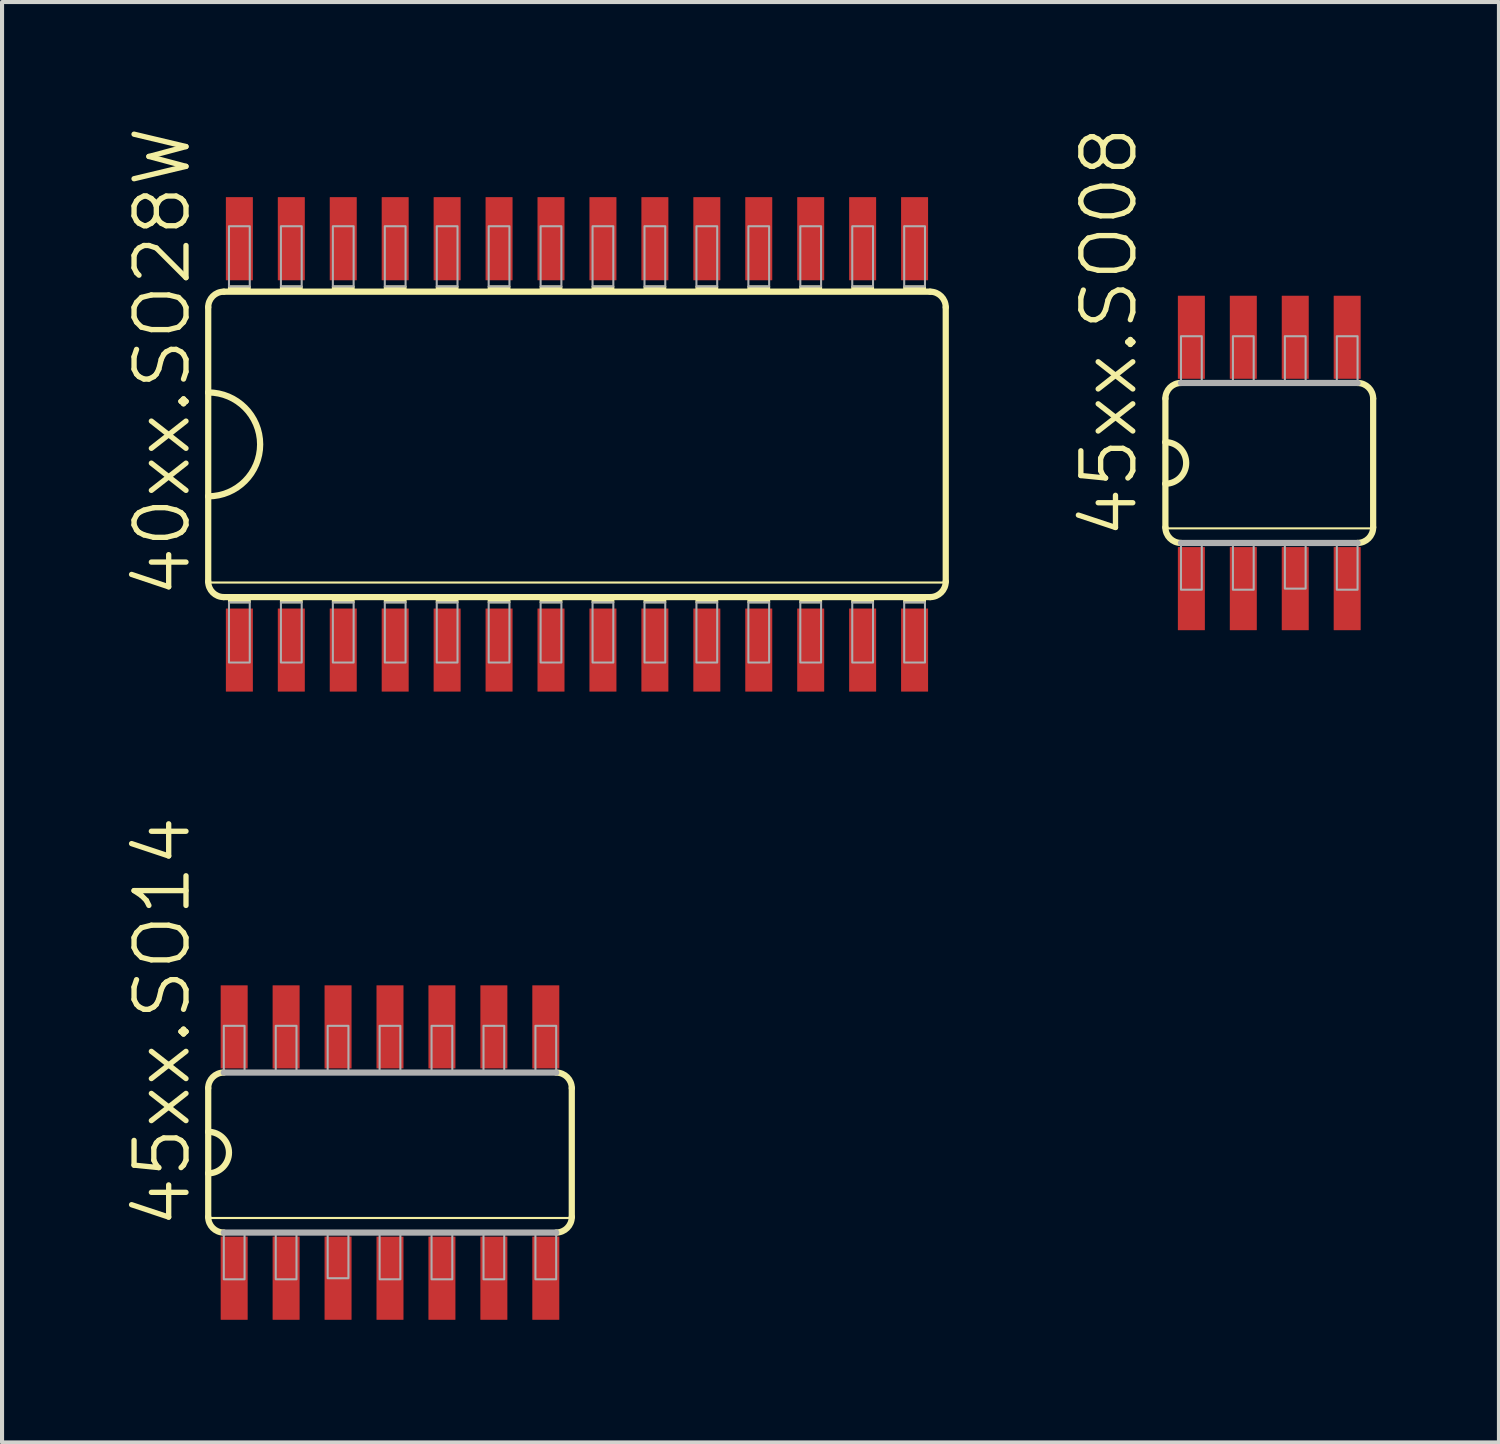
<source format=kicad_pcb>
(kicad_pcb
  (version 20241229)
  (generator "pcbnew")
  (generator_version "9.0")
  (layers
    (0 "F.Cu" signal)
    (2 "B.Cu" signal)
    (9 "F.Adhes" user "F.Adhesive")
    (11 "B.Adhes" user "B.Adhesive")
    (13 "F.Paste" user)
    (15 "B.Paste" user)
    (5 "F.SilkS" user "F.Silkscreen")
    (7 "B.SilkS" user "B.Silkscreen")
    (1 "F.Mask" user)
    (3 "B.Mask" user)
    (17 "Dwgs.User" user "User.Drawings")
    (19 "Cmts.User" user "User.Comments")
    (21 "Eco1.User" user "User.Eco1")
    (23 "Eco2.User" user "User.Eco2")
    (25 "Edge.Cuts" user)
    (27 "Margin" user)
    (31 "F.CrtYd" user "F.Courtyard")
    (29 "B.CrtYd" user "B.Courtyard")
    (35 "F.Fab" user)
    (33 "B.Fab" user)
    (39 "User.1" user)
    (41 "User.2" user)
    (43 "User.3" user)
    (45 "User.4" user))
  (footprint "40xx.SO28W"
    (layer "F.Cu")
    (at 11.058 7.816)
    (property "Reference" "40xx.SO28W" (at -9.398 3.81 90) (layer "F.SilkS") (effects (font (size 1.27 1.27) (thickness 0.13)) (justify left bottom)))
    (attr smd)
    (fp_line (start -9.017 -3.353) (end -9.017 -1.27) (stroke (width 0.152) (type default)) (layer "F.SilkS"))
    (fp_line (start -9.017 -1.27) (end -9.017 1.27) (stroke (width 0.152) (type default)) (layer "F.SilkS"))
    (fp_line (start -9.017 1.27) (end -9.017 3.353) (stroke (width 0.152) (type default)) (layer "F.SilkS"))
    (fp_line (start -9.017 3.378) (end 9.017 3.378) (stroke (width 0.051) (type default)) (layer "F.SilkS"))
    (fp_line (start -8.636 3.734) (end 8.636 3.734) (stroke (width 0.152) (type default)) (layer "F.SilkS"))
    (fp_line (start 8.636 -3.734) (end -8.636 -3.734) (stroke (width 0.152) (type default)) (layer "F.SilkS"))
    (fp_line (start 9.017 3.353) (end 9.017 -3.353) (stroke (width 0.152) (type default)) (layer "F.SilkS"))
    (fp_rect (start -8.509 -3.734) (end -8.001 -3.861) (stroke (width 0.05) (type default)) (fill yes) (layer "F.SilkS"))
    (fp_rect (start -8.509 3.861) (end -8.001 3.734) (stroke (width 0.05) (type default)) (fill yes) (layer "F.SilkS"))
    (fp_rect (start -7.239 -3.734) (end -6.731 -3.861) (stroke (width 0.05) (type default)) (fill yes) (layer "F.SilkS"))
    (fp_rect (start -7.239 3.861) (end -6.731 3.734) (stroke (width 0.05) (type default)) (fill yes) (layer "F.SilkS"))
    (fp_rect (start -5.969 -3.734) (end -5.461 -3.861) (stroke (width 0.05) (type default)) (fill yes) (layer "F.SilkS"))
    (fp_rect (start -5.969 3.861) (end -5.461 3.734) (stroke (width 0.05) (type default)) (fill yes) (layer "F.SilkS"))
    (fp_rect (start -4.699 -3.734) (end -4.191 -3.861) (stroke (width 0.05) (type default)) (fill yes) (layer "F.SilkS"))
    (fp_rect (start -4.699 3.861) (end -4.191 3.734) (stroke (width 0.05) (type default)) (fill yes) (layer "F.SilkS"))
    (fp_rect (start -3.429 -3.734) (end -2.921 -3.861) (stroke (width 0.05) (type default)) (fill yes) (layer "F.SilkS"))
    (fp_rect (start -3.429 3.861) (end -2.921 3.734) (stroke (width 0.05) (type default)) (fill yes) (layer "F.SilkS"))
    (fp_rect (start -2.159 -3.734) (end -1.651 -3.861) (stroke (width 0.05) (type default)) (fill yes) (layer "F.SilkS"))
    (fp_rect (start -2.159 3.861) (end -1.651 3.734) (stroke (width 0.05) (type default)) (fill yes) (layer "F.SilkS"))
    (fp_rect (start -0.889 -3.734) (end -0.381 -3.861) (stroke (width 0.05) (type default)) (fill yes) (layer "F.SilkS"))
    (fp_rect (start -0.889 3.861) (end -0.381 3.734) (stroke (width 0.05) (type default)) (fill yes) (layer "F.SilkS"))
    (fp_rect (start 0.381 -3.734) (end 0.889 -3.861) (stroke (width 0.05) (type default)) (fill yes) (layer "F.SilkS"))
    (fp_rect (start 0.381 3.861) (end 0.889 3.734) (stroke (width 0.05) (type default)) (fill yes) (layer "F.SilkS"))
    (fp_rect (start 1.651 -3.734) (end 2.159 -3.861) (stroke (width 0.05) (type default)) (fill yes) (layer "F.SilkS"))
    (fp_rect (start 1.651 3.861) (end 2.159 3.734) (stroke (width 0.05) (type default)) (fill yes) (layer "F.SilkS"))
    (fp_rect (start 2.921 -3.734) (end 3.429 -3.861) (stroke (width 0.05) (type default)) (fill yes) (layer "F.SilkS"))
    (fp_rect (start 2.921 3.861) (end 3.429 3.734) (stroke (width 0.05) (type default)) (fill yes) (layer "F.SilkS"))
    (fp_rect (start 4.191 -3.734) (end 4.699 -3.861) (stroke (width 0.05) (type default)) (fill yes) (layer "F.SilkS"))
    (fp_rect (start 4.191 3.861) (end 4.699 3.734) (stroke (width 0.05) (type default)) (fill yes) (layer "F.SilkS"))
    (fp_rect (start 5.461 -3.734) (end 5.969 -3.861) (stroke (width 0.05) (type default)) (fill yes) (layer "F.SilkS"))
    (fp_rect (start 5.461 3.861) (end 5.969 3.734) (stroke (width 0.05) (type default)) (fill yes) (layer "F.SilkS"))
    (fp_rect (start 6.731 -3.734) (end 7.239 -3.861) (stroke (width 0.05) (type default)) (fill yes) (layer "F.SilkS"))
    (fp_rect (start 6.731 3.861) (end 7.239 3.734) (stroke (width 0.05) (type default)) (fill yes) (layer "F.SilkS"))
    (fp_rect (start 8.001 -3.734) (end 8.509 -3.861) (stroke (width 0.05) (type default)) (fill yes) (layer "F.SilkS"))
    (fp_rect (start 8.001 3.861) (end 8.509 3.734) (stroke (width 0.05) (type default)) (fill yes) (layer "F.SilkS"))
    (fp_arc (start -9.017 -3.3528) (mid -8.905408 -3.622208) (end -8.636 -3.7338) (stroke (width 0.1524) (type default)) (layer "F.SilkS"))
    (fp_arc (start -9.017 -1.27) (mid -7.747 0) (end -9.017 1.27) (stroke (width 0.1524) (type default)) (layer "F.SilkS"))
    (fp_arc (start -8.636 3.7338) (mid -8.905408 3.622208) (end -9.017 3.3528) (stroke (width 0.1524) (type default)) (layer "F.SilkS"))
    (fp_arc (start 8.636 -3.7338) (mid 8.905408 -3.622208) (end 9.017 -3.3528) (stroke (width 0.1524) (type default)) (layer "F.SilkS"))
    (fp_arc (start 9.017 3.3528) (mid 8.905408 3.622208) (end 8.636 3.7338) (stroke (width 0.1524) (type default)) (layer "F.SilkS"))
    (fp_rect (start -8.509 -3.861) (end -8.001 -5.334) (stroke (width 0.05) (type default)) (fill no) (layer "F.Fab"))
    (fp_rect (start -8.509 5.334) (end -8.001 3.861) (stroke (width 0.05) (type default)) (fill no) (layer "F.Fab"))
    (fp_rect (start -7.239 -3.861) (end -6.731 -5.334) (stroke (width 0.05) (type default)) (fill no) (layer "F.Fab"))
    (fp_rect (start -7.239 5.334) (end -6.731 3.861) (stroke (width 0.05) (type default)) (fill no) (layer "F.Fab"))
    (fp_rect (start -5.969 -3.861) (end -5.461 -5.334) (stroke (width 0.05) (type default)) (fill no) (layer "F.Fab"))
    (fp_rect (start -5.969 5.334) (end -5.461 3.861) (stroke (width 0.05) (type default)) (fill no) (layer "F.Fab"))
    (fp_rect (start -4.699 -3.861) (end -4.191 -5.334) (stroke (width 0.05) (type default)) (fill no) (layer "F.Fab"))
    (fp_rect (start -4.699 5.334) (end -4.191 3.861) (stroke (width 0.05) (type default)) (fill no) (layer "F.Fab"))
    (fp_rect (start -3.429 -3.861) (end -2.921 -5.334) (stroke (width 0.05) (type default)) (fill no) (layer "F.Fab"))
    (fp_rect (start -3.429 5.334) (end -2.921 3.861) (stroke (width 0.05) (type default)) (fill no) (layer "F.Fab"))
    (fp_rect (start -2.159 -3.861) (end -1.651 -5.334) (stroke (width 0.05) (type default)) (fill no) (layer "F.Fab"))
    (fp_rect (start -2.159 5.334) (end -1.651 3.861) (stroke (width 0.05) (type default)) (fill no) (layer "F.Fab"))
    (fp_rect (start -0.889 -3.861) (end -0.381 -5.334) (stroke (width 0.05) (type default)) (fill no) (layer "F.Fab"))
    (fp_rect (start -0.889 5.334) (end -0.381 3.861) (stroke (width 0.05) (type default)) (fill no) (layer "F.Fab"))
    (fp_rect (start 0.381 -3.861) (end 0.889 -5.334) (stroke (width 0.05) (type default)) (fill no) (layer "F.Fab"))
    (fp_rect (start 0.381 5.334) (end 0.889 3.861) (stroke (width 0.05) (type default)) (fill no) (layer "F.Fab"))
    (fp_rect (start 1.651 -3.861) (end 2.159 -5.334) (stroke (width 0.05) (type default)) (fill no) (layer "F.Fab"))
    (fp_rect (start 1.651 5.334) (end 2.159 3.861) (stroke (width 0.05) (type default)) (fill no) (layer "F.Fab"))
    (fp_rect (start 2.921 -3.861) (end 3.429 -5.334) (stroke (width 0.05) (type default)) (fill no) (layer "F.Fab"))
    (fp_rect (start 2.921 5.334) (end 3.429 3.861) (stroke (width 0.05) (type default)) (fill no) (layer "F.Fab"))
    (fp_rect (start 4.191 -3.861) (end 4.699 -5.334) (stroke (width 0.05) (type default)) (fill no) (layer "F.Fab"))
    (fp_rect (start 4.191 5.334) (end 4.699 3.861) (stroke (width 0.05) (type default)) (fill no) (layer "F.Fab"))
    (fp_rect (start 5.461 -3.861) (end 5.969 -5.334) (stroke (width 0.05) (type default)) (fill no) (layer "F.Fab"))
    (fp_rect (start 5.461 5.334) (end 5.969 3.861) (stroke (width 0.05) (type default)) (fill no) (layer "F.Fab"))
    (fp_rect (start 6.731 -3.861) (end 7.239 -5.334) (stroke (width 0.05) (type default)) (fill no) (layer "F.Fab"))
    (fp_rect (start 6.731 5.334) (end 7.239 3.861) (stroke (width 0.05) (type default)) (fill no) (layer "F.Fab"))
    (fp_rect (start 8.001 -3.861) (end 8.509 -5.334) (stroke (width 0.05) (type default)) (fill no) (layer "F.Fab"))
    (fp_rect (start 8.001 5.334) (end 8.509 3.861) (stroke (width 0.05) (type default)) (fill no) (layer "F.Fab"))
    (pad "1" smd roundrect (at -8.255 5.029) (size 0.66 2.032) (layers "F.Cu" "F.Mask" "F.Paste") (roundrect_rratio 0.01))
    (pad "2" smd roundrect (at -6.985 5.029) (size 0.66 2.032) (layers "F.Cu" "F.Mask" "F.Paste") (roundrect_rratio 0.01))
    (pad "3" smd roundrect (at -5.715 5.029) (size 0.66 2.032) (layers "F.Cu" "F.Mask" "F.Paste") (roundrect_rratio 0.01))
    (pad "4" smd roundrect (at -4.445 5.029) (size 0.66 2.032) (layers "F.Cu" "F.Mask" "F.Paste") (roundrect_rratio 0.01))
    (pad "5" smd roundrect (at -3.175 5.029) (size 0.66 2.032) (layers "F.Cu" "F.Mask" "F.Paste") (roundrect_rratio 0.01))
    (pad "6" smd roundrect (at -1.905 5.029) (size 0.66 2.032) (layers "F.Cu" "F.Mask" "F.Paste") (roundrect_rratio 0.01))
    (pad "7" smd roundrect (at -0.635 5.029) (size 0.66 2.032) (layers "F.Cu" "F.Mask" "F.Paste") (roundrect_rratio 0.01))
    (pad "8" smd roundrect (at 0.635 5.029) (size 0.66 2.032) (layers "F.Cu" "F.Mask" "F.Paste") (roundrect_rratio 0.01))
    (pad "9" smd roundrect (at 1.905 5.029) (size 0.66 2.032) (layers "F.Cu" "F.Mask" "F.Paste") (roundrect_rratio 0.01))
    (pad "10" smd roundrect (at 3.175 5.029) (size 0.66 2.032) (layers "F.Cu" "F.Mask" "F.Paste") (roundrect_rratio 0.01))
    (pad "11" smd roundrect (at 4.445 5.029) (size 0.66 2.032) (layers "F.Cu" "F.Mask" "F.Paste") (roundrect_rratio 0.01))
    (pad "12" smd roundrect (at 5.715 5.029) (size 0.66 2.032) (layers "F.Cu" "F.Mask" "F.Paste") (roundrect_rratio 0.01))
    (pad "13" smd roundrect (at 6.985 5.029) (size 0.66 2.032) (layers "F.Cu" "F.Mask" "F.Paste") (roundrect_rratio 0.01))
    (pad "14" smd roundrect (at 8.255 5.029) (size 0.66 2.032) (layers "F.Cu" "F.Mask" "F.Paste") (roundrect_rratio 0.01))
    (pad "15" smd roundrect (at 8.255 -5.029) (size 0.66 2.032) (layers "F.Cu" "F.Mask" "F.Paste") (roundrect_rratio 0.01))
    (pad "16" smd roundrect (at 6.985 -5.029) (size 0.66 2.032) (layers "F.Cu" "F.Mask" "F.Paste") (roundrect_rratio 0.01))
    (pad "17" smd roundrect (at 5.715 -5.029) (size 0.66 2.032) (layers "F.Cu" "F.Mask" "F.Paste") (roundrect_rratio 0.01))
    (pad "18" smd roundrect (at 4.445 -5.029) (size 0.66 2.032) (layers "F.Cu" "F.Mask" "F.Paste") (roundrect_rratio 0.01))
    (pad "19" smd roundrect (at 3.175 -5.029) (size 0.66 2.032) (layers "F.Cu" "F.Mask" "F.Paste") (roundrect_rratio 0.01))
    (pad "20" smd roundrect (at 1.905 -5.029) (size 0.66 2.032) (layers "F.Cu" "F.Mask" "F.Paste") (roundrect_rratio 0.01))
    (pad "21" smd roundrect (at 0.635 -5.029) (size 0.66 2.032) (layers "F.Cu" "F.Mask" "F.Paste") (roundrect_rratio 0.01))
    (pad "22" smd roundrect (at -0.635 -5.029) (size 0.66 2.032) (layers "F.Cu" "F.Mask" "F.Paste") (roundrect_rratio 0.01))
    (pad "23" smd roundrect (at -1.905 -5.029) (size 0.66 2.032) (layers "F.Cu" "F.Mask" "F.Paste") (roundrect_rratio 0.01))
    (pad "24" smd roundrect (at -3.175 -5.029) (size 0.66 2.032) (layers "F.Cu" "F.Mask" "F.Paste") (roundrect_rratio 0.01))
    (pad "25" smd roundrect (at -4.445 -5.029) (size 0.66 2.032) (layers "F.Cu" "F.Mask" "F.Paste") (roundrect_rratio 0.01))
    (pad "26" smd roundrect (at -5.715 -5.029) (size 0.66 2.032) (layers "F.Cu" "F.Mask" "F.Paste") (roundrect_rratio 0.01))
    (pad "27" smd roundrect (at -6.985 -5.029) (size 0.66 2.032) (layers "F.Cu" "F.Mask" "F.Paste") (roundrect_rratio 0.01))
    (pad "28" smd roundrect (at -8.255 -5.029) (size 0.66 2.032) (layers "F.Cu" "F.Mask" "F.Paste") (roundrect_rratio 0.01)))
  (footprint "45xx.SO08"
    (layer "F.Cu")
    (at 27.986 8.27)
    (property "Reference" "45xx.SO08" (at -3.175 1.905 90) (layer "F.SilkS") (effects (font (size 1.27 1.27) (thickness 0.13)) (justify left bottom)))
    (attr smd)
    (fp_line (start -2.54 -1.575) (end -2.54 -0.508) (stroke (width 0.152) (type default)) (layer "F.SilkS"))
    (fp_line (start -2.54 -0.508) (end -2.54 0.508) (stroke (width 0.152) (type default)) (layer "F.SilkS"))
    (fp_line (start -2.54 0.508) (end -2.54 1.575) (stroke (width 0.152) (type default)) (layer "F.SilkS"))
    (fp_line (start -2.54 1.6) (end 2.54 1.6) (stroke (width 0.051) (type default)) (layer "F.SilkS"))
    (fp_line (start 2.54 1.575) (end 2.54 -1.575) (stroke (width 0.152) (type default)) (layer "F.SilkS"))
    (fp_arc (start -2.54 -1.5748) (mid -2.428408 -1.844208) (end -2.159 -1.9558) (stroke (width 0.1524) (type default)) (layer "F.SilkS"))
    (fp_arc (start -2.54 -0.508) (mid -2.032 0) (end -2.54 0.508) (stroke (width 0.1524) (type default)) (layer "F.SilkS"))
    (fp_arc (start -2.159 1.9558) (mid -2.428408 1.844208) (end -2.54 1.5748) (stroke (width 0.1524) (type default)) (layer "F.SilkS"))
    (fp_arc (start 2.159 -1.9558) (mid 2.428408 -1.844208) (end 2.54 -1.5748) (stroke (width 0.1524) (type default)) (layer "F.SilkS"))
    (fp_arc (start 2.54 1.5748) (mid 2.428408 1.844208) (end 2.159 1.9558) (stroke (width 0.1524) (type default)) (layer "F.SilkS"))
    (fp_line (start -2.159 1.956) (end 2.159 1.956) (stroke (width 0.152) (type default)) (layer "F.Fab"))
    (fp_line (start 2.159 -1.956) (end -2.159 -1.956) (stroke (width 0.152) (type default)) (layer "F.Fab"))
    (fp_rect (start -2.159 -1.956) (end -1.651 -3.099) (stroke (width 0.05) (type default)) (fill no) (layer "F.Fab"))
    (fp_rect (start -2.159 3.099) (end -1.651 1.956) (stroke (width 0.05) (type default)) (fill no) (layer "F.Fab"))
    (fp_rect (start -0.889 -1.956) (end -0.381 -3.099) (stroke (width 0.05) (type default)) (fill no) (layer "F.Fab"))
    (fp_rect (start -0.889 3.099) (end -0.381 1.956) (stroke (width 0.05) (type default)) (fill no) (layer "F.Fab"))
    (fp_rect (start 0.381 -1.956) (end 0.889 -3.099) (stroke (width 0.05) (type default)) (fill no) (layer "F.Fab"))
    (fp_rect (start 0.381 3.073) (end 0.889 1.93) (stroke (width 0.05) (type default)) (fill no) (layer "F.Fab"))
    (fp_rect (start 1.651 -1.956) (end 2.159 -3.099) (stroke (width 0.05) (type default)) (fill no) (layer "F.Fab"))
    (fp_rect (start 1.651 3.099) (end 2.159 1.956) (stroke (width 0.05) (type default)) (fill no) (layer "F.Fab"))
    (pad "1" smd roundrect (at -1.905 3.073) (size 0.66 2.032) (layers "F.Cu" "F.Mask" "F.Paste") (roundrect_rratio 0.01))
    (pad "2" smd roundrect (at -0.635 3.073) (size 0.66 2.032) (layers "F.Cu" "F.Mask" "F.Paste") (roundrect_rratio 0.01))
    (pad "3" smd roundrect (at 0.635 3.073) (size 0.66 2.032) (layers "F.Cu" "F.Mask" "F.Paste") (roundrect_rratio 0.01))
    (pad "4" smd roundrect (at 1.905 3.073) (size 0.66 2.032) (layers "F.Cu" "F.Mask" "F.Paste") (roundrect_rratio 0.01))
    (pad "5" smd roundrect (at 1.905 -3.073) (size 0.66 2.032) (layers "F.Cu" "F.Mask" "F.Paste") (roundrect_rratio 0.01))
    (pad "6" smd roundrect (at 0.635 -3.073) (size 0.66 2.032) (layers "F.Cu" "F.Mask" "F.Paste") (roundrect_rratio 0.01))
    (pad "7" smd roundrect (at -0.635 -3.073) (size 0.66 2.032) (layers "F.Cu" "F.Mask" "F.Paste") (roundrect_rratio 0.01))
    (pad "8" smd roundrect (at -1.905 -3.073) (size 0.66 2.032) (layers "F.Cu" "F.Mask" "F.Paste") (roundrect_rratio 0.01)))
  (footprint "45xx.SO14"
    (layer "F.Cu")
    (at 6.486 25.132)
    (property "Reference" "45xx.SO14" (at -4.826 1.905 90) (layer "F.SilkS") (effects (font (size 1.27 1.27) (thickness 0.13)) (justify left bottom)))
    (attr smd)
    (fp_line (start -4.445 -1.575) (end -4.445 -0.508) (stroke (width 0.152) (type default)) (layer "F.SilkS"))
    (fp_line (start -4.445 -0.508) (end -4.445 0.508) (stroke (width 0.152) (type default)) (layer "F.SilkS"))
    (fp_line (start -4.445 0.508) (end -4.445 1.575) (stroke (width 0.152) (type default)) (layer "F.SilkS"))
    (fp_line (start -4.445 1.6) (end 4.445 1.6) (stroke (width 0.051) (type default)) (layer "F.SilkS"))
    (fp_line (start 4.445 1.575) (end 4.445 -1.575) (stroke (width 0.152) (type default)) (layer "F.SilkS"))
    (fp_arc (start -4.445 -1.5748) (mid -4.333408 -1.844208) (end -4.064 -1.9558) (stroke (width 0.1524) (type default)) (layer "F.SilkS"))
    (fp_arc (start -4.445 -0.508) (mid -3.937 0) (end -4.445 0.508) (stroke (width 0.1524) (type default)) (layer "F.SilkS"))
    (fp_arc (start -4.064 1.9558) (mid -4.333408 1.844208) (end -4.445 1.5748) (stroke (width 0.1524) (type default)) (layer "F.SilkS"))
    (fp_arc (start 4.064 -1.9558) (mid 4.333408 -1.844208) (end 4.445 -1.5748) (stroke (width 0.1524) (type default)) (layer "F.SilkS"))
    (fp_arc (start 4.445 1.5748) (mid 4.333408 1.844208) (end 4.064 1.9558) (stroke (width 0.1524) (type default)) (layer "F.SilkS"))
    (fp_line (start -4.064 1.956) (end 4.064 1.956) (stroke (width 0.152) (type default)) (layer "F.Fab"))
    (fp_line (start 4.064 -1.956) (end -4.064 -1.956) (stroke (width 0.152) (type default)) (layer "F.Fab"))
    (fp_rect (start -4.064 -1.956) (end -3.556 -3.099) (stroke (width 0.05) (type default)) (fill no) (layer "F.Fab"))
    (fp_rect (start -4.064 3.099) (end -3.556 1.956) (stroke (width 0.05) (type default)) (fill no) (layer "F.Fab"))
    (fp_rect (start -2.794 -1.956) (end -2.286 -3.099) (stroke (width 0.05) (type default)) (fill no) (layer "F.Fab"))
    (fp_rect (start -2.794 3.099) (end -2.286 1.956) (stroke (width 0.05) (type default)) (fill no) (layer "F.Fab"))
    (fp_rect (start -1.524 -1.956) (end -1.016 -3.099) (stroke (width 0.05) (type default)) (fill no) (layer "F.Fab"))
    (fp_rect (start -1.524 3.073) (end -1.016 1.93) (stroke (width 0.05) (type default)) (fill no) (layer "F.Fab"))
    (fp_rect (start -0.254 -1.956) (end 0.254 -3.099) (stroke (width 0.05) (type default)) (fill no) (layer "F.Fab"))
    (fp_rect (start -0.254 3.099) (end 0.254 1.956) (stroke (width 0.05) (type default)) (fill no) (layer "F.Fab"))
    (fp_rect (start 1.016 -1.956) (end 1.524 -3.099) (stroke (width 0.05) (type default)) (fill no) (layer "F.Fab"))
    (fp_rect (start 1.016 3.099) (end 1.524 1.956) (stroke (width 0.05) (type default)) (fill no) (layer "F.Fab"))
    (fp_rect (start 2.286 -1.956) (end 2.794 -3.099) (stroke (width 0.05) (type default)) (fill no) (layer "F.Fab"))
    (fp_rect (start 2.286 3.099) (end 2.794 1.956) (stroke (width 0.05) (type default)) (fill no) (layer "F.Fab"))
    (fp_rect (start 3.556 -1.956) (end 4.064 -3.099) (stroke (width 0.05) (type default)) (fill no) (layer "F.Fab"))
    (fp_rect (start 3.556 3.099) (end 4.064 1.956) (stroke (width 0.05) (type default)) (fill no) (layer "F.Fab"))
    (pad "1" smd roundrect (at -3.81 3.073) (size 0.66 2.032) (layers "F.Cu" "F.Mask" "F.Paste") (roundrect_rratio 0.01))
    (pad "2" smd roundrect (at -2.54 3.073) (size 0.66 2.032) (layers "F.Cu" "F.Mask" "F.Paste") (roundrect_rratio 0.01))
    (pad "3" smd roundrect (at -1.27 3.073) (size 0.66 2.032) (layers "F.Cu" "F.Mask" "F.Paste") (roundrect_rratio 0.01))
    (pad "4" smd roundrect (at 0 3.073) (size 0.66 2.032) (layers "F.Cu" "F.Mask" "F.Paste") (roundrect_rratio 0.01))
    (pad "5" smd roundrect (at 1.27 3.073) (size 0.66 2.032) (layers "F.Cu" "F.Mask" "F.Paste") (roundrect_rratio 0.01))
    (pad "6" smd roundrect (at 2.54 3.073) (size 0.66 2.032) (layers "F.Cu" "F.Mask" "F.Paste") (roundrect_rratio 0.01))
    (pad "7" smd roundrect (at 3.81 3.073) (size 0.66 2.032) (layers "F.Cu" "F.Mask" "F.Paste") (roundrect_rratio 0.01))
    (pad "8" smd roundrect (at 3.81 -3.073) (size 0.66 2.032) (layers "F.Cu" "F.Mask" "F.Paste") (roundrect_rratio 0.01))
    (pad "9" smd roundrect (at 2.54 -3.073) (size 0.66 2.032) (layers "F.Cu" "F.Mask" "F.Paste") (roundrect_rratio 0.01))
    (pad "10" smd roundrect (at 1.27 -3.073) (size 0.66 2.032) (layers "F.Cu" "F.Mask" "F.Paste") (roundrect_rratio 0.01))
    (pad "11" smd roundrect (at 0 -3.073) (size 0.66 2.032) (layers "F.Cu" "F.Mask" "F.Paste") (roundrect_rratio 0.01))
    (pad "12" smd roundrect (at -1.27 -3.073) (size 0.66 2.032) (layers "F.Cu" "F.Mask" "F.Paste") (roundrect_rratio 0.01))
    (pad "13" smd roundrect (at -2.54 -3.073) (size 0.66 2.032) (layers "F.Cu" "F.Mask" "F.Paste") (roundrect_rratio 0.01))
    (pad "14" smd roundrect (at -3.81 -3.073) (size 0.66 2.032) (layers "F.Cu" "F.Mask" "F.Paste") (roundrect_rratio 0.01)))
  (gr_rect
    (start -3 -3)
    (end 33.602 32.221)
    (stroke (width 0.1) (type default))
    (fill no)
    (layer "Edge.Cuts")))
</source>
